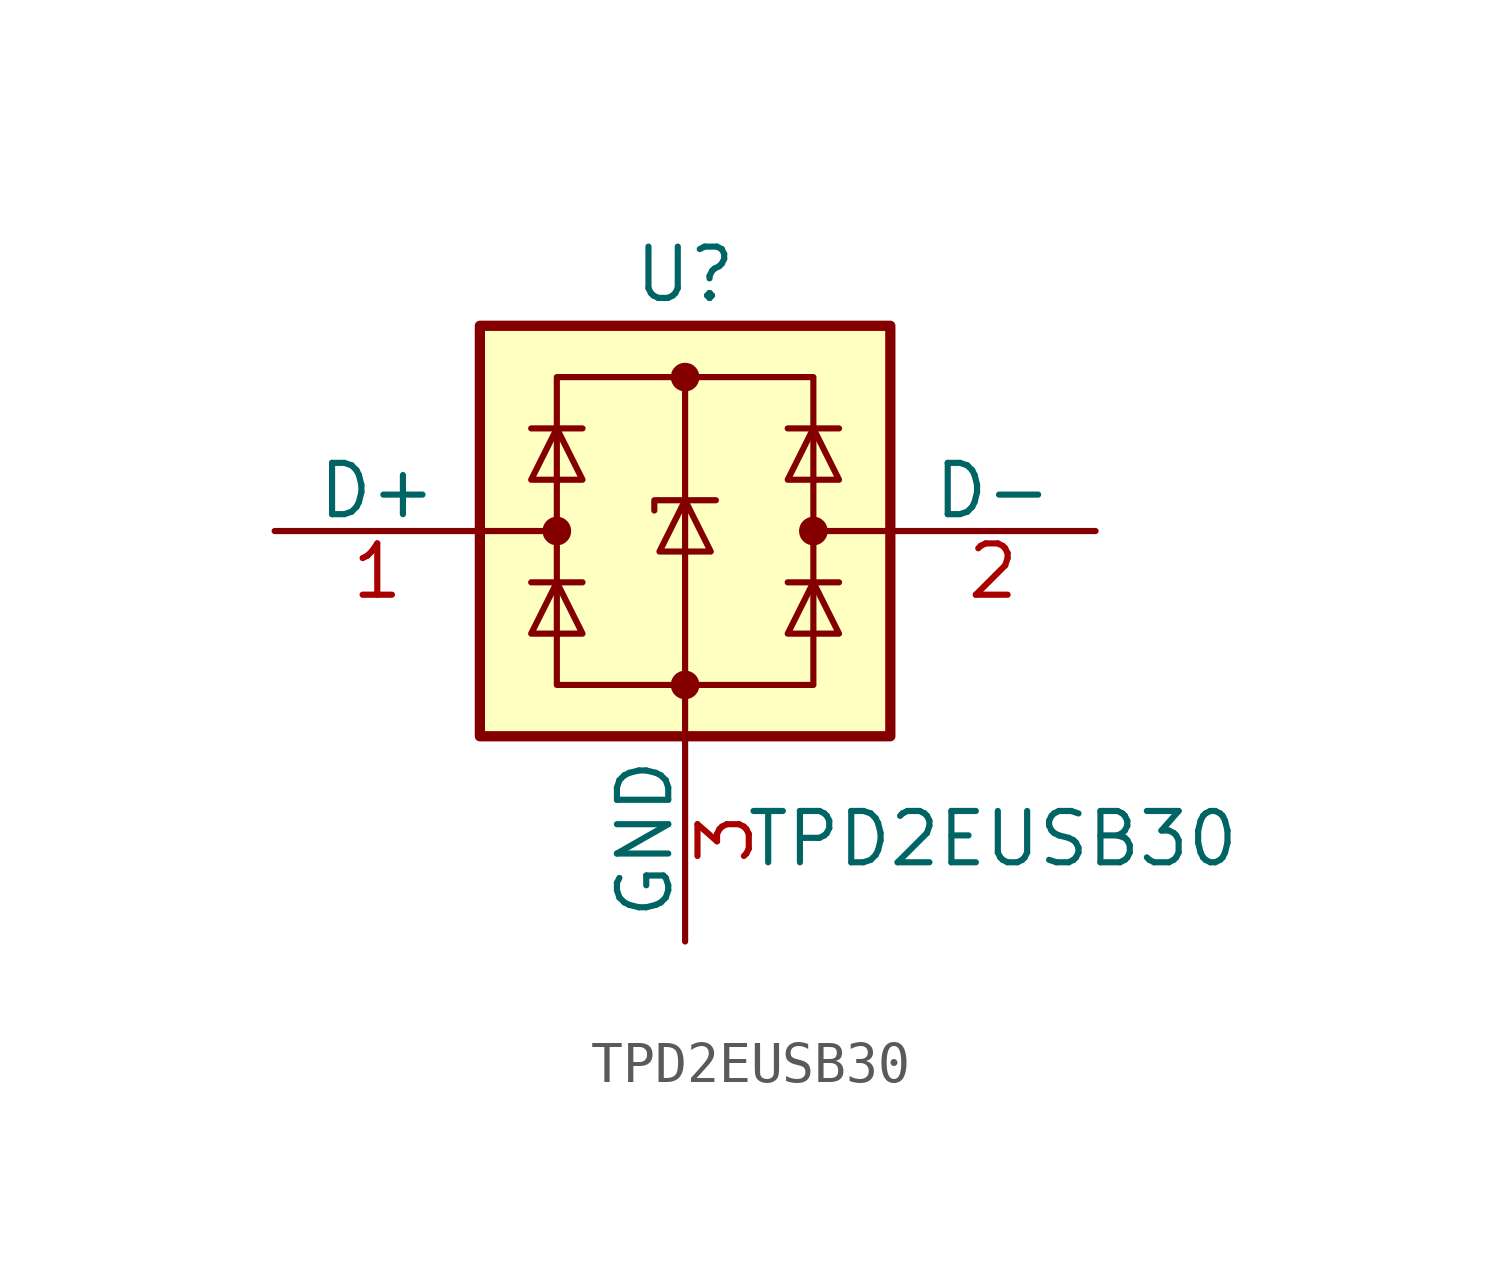
<source format=kicad_sym>
(kicad_symbol_lib
  (version 20201005)
  (generator kicad_symbol_editor)
  (symbol "TPD2EUSB30"
    (pin_names
      (offset 0))
    (property "Reference" "U"
      (at 0 6.35 0)
      (effects (font (size 1.27 1.27))))
    (property "Value" "TPD2EUSB30"
      (at 7.62 -7.62 0)
      (effects (font (size 1.27 1.27))))
    (symbol "TPD2EUSB30_0_1"
      (circle (center -3.175 0) (radius 0.279) (stroke (width 0)) (fill (type outline)))
      (circle (center 0 -3.81) (radius 0.279) (stroke (width 0)) (fill (type outline)))
      (circle (center 0 3.81) (radius 0.279) (stroke (width 0)) (fill (type outline)))
      (circle (center 3.175 0) (radius 0.279) (stroke (width 0)) (fill (type outline)))
      (rectangle (start -5.08 5.08) (end 5.08 -5.08) (stroke (width 0.254)) (fill (type background)))
      (rectangle (start -3.175 3.81) (end 3.175 -3.81) (stroke (width 0)) (fill (type none)))
      (polyline (pts (xy -5.08 0) (xy -3.175 0)) (stroke (width 0)) (fill (type none)))
      (polyline (pts (xy -3.81 -1.27) (xy -2.54 -1.27)) (stroke (width 0)) (fill (type none)))
      (polyline (pts (xy -3.81 2.54) (xy -2.54 2.54)) (stroke (width 0)) (fill (type none)))
      (polyline (pts (xy 0 3.81) (xy 0 -5.08)) (stroke (width 0)) (fill (type none)))
      (polyline (pts (xy 2.54 -1.27) (xy 3.81 -1.27)) (stroke (width 0)) (fill (type none)))
      (polyline (pts (xy 2.54 2.54) (xy 3.81 2.54)) (stroke (width 0)) (fill (type none)))
      (polyline (pts (xy 5.08 0) (xy 3.175 0)) (stroke (width 0)) (fill (type none)))
      (polyline (pts (xy 0.762 0.762) (xy -0.762 0.762) (xy -0.762 0.508)) (stroke (width 0)) (fill (type none)))
      (polyline (pts (xy -2.54 -2.54) (xy -3.81 -2.54) (xy -3.175 -1.27) (xy -2.54 -2.54)) (stroke (width 0)) (fill (type none)))
      (polyline (pts (xy -2.54 1.27) (xy -3.81 1.27) (xy -3.175 2.54) (xy -2.54 1.27)) (stroke (width 0)) (fill (type none)))
      (polyline (pts (xy 0.635 -0.508) (xy -0.635 -0.508) (xy 0 0.762) (xy 0.635 -0.508)) (stroke (width 0)) (fill (type none)))
      (polyline (pts (xy 3.81 -2.54) (xy 2.54 -2.54) (xy 3.175 -1.27) (xy 3.81 -2.54)) (stroke (width 0)) (fill (type none)))
      (polyline (pts (xy 3.81 1.27) (xy 2.54 1.27) (xy 3.175 2.54) (xy 3.81 1.27)) (stroke (width 0)) (fill (type none))))
    (symbol "TPD2EUSB30_1_1"
      (pin passive line (at -10.16 0 0) (length 5.08) (name "D+" (effects (font (size 1.27 1.27)))) (number "1" (effects (font (size 1.27 1.27)))))
      (pin passive line (at 10.16 0 180) (length 5.08) (name "D-" (effects (font (size 1.27 1.27)))) (number "2" (effects (font (size 1.27 1.27)))))
      (pin passive line (at 0 -10.16 90) (length 5.08) (name "GND" (effects (font (size 1.27 1.27)))) (number "3" (effects (font (size 1.27 1.27))))))))
</source>
